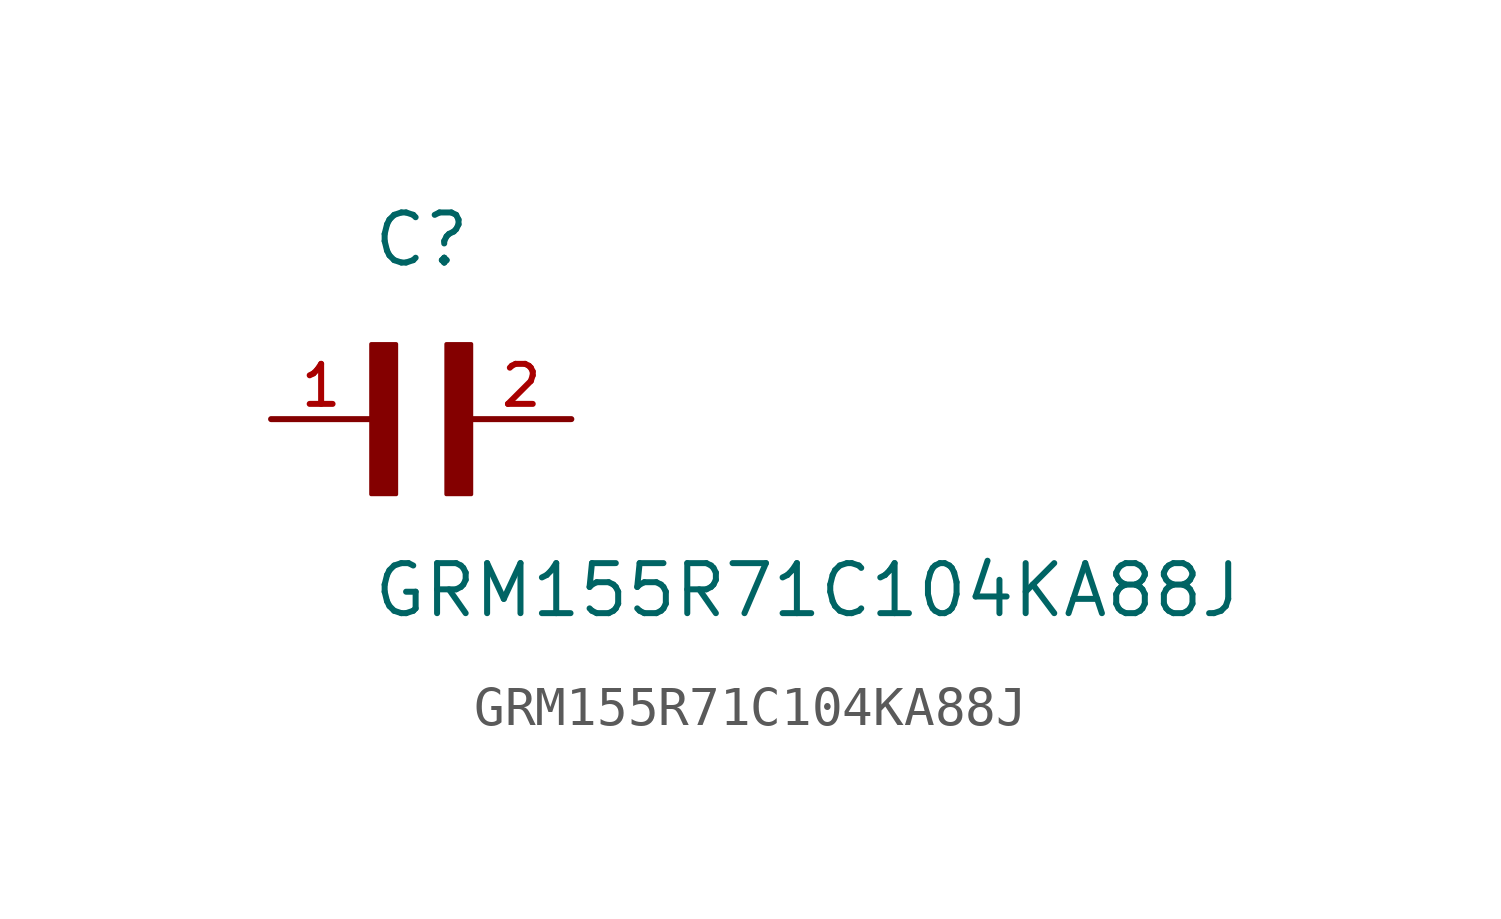
<source format=kicad_sym>
(kicad_symbol_lib
  (version 20211014)
  (generator kicad_symbol_editor)
  (symbol "GRM155R71C104KA88J"
    (pin_names
      (offset 1.016))
    (property "Reference" "C"
      (at 0.0 3.811 0)
      (effects (font (size 1.27 1.27)) (justify bottom left)))
    (property "Value" "GRM155R71C104KA88J"
      (at 0.0 -5.088 0)
      (effects (font (size 1.27 1.27)) (justify bottom left)))
    (symbol "GRM155R71C104KA88J_0_0"
      (rectangle (start 0.0 -1.907) (end 0.635 1.905) (stroke (width 0.1)) (fill (type outline)))
      (rectangle (start 1.907 -1.907) (end 2.54 1.905) (stroke (width 0.1)) (fill (type outline)))
      (pin passive line (at 5.08 0.0 180.0) (length 2.54) (name "~" (effects (font (size 1.016 1.016)))) (number "2" (effects (font (size 1.016 1.016)))))
      (pin passive line (at -2.54 0.0 0) (length 2.54) (name "~" (effects (font (size 1.016 1.016)))) (number "1" (effects (font (size 1.016 1.016))))))))
</source>
